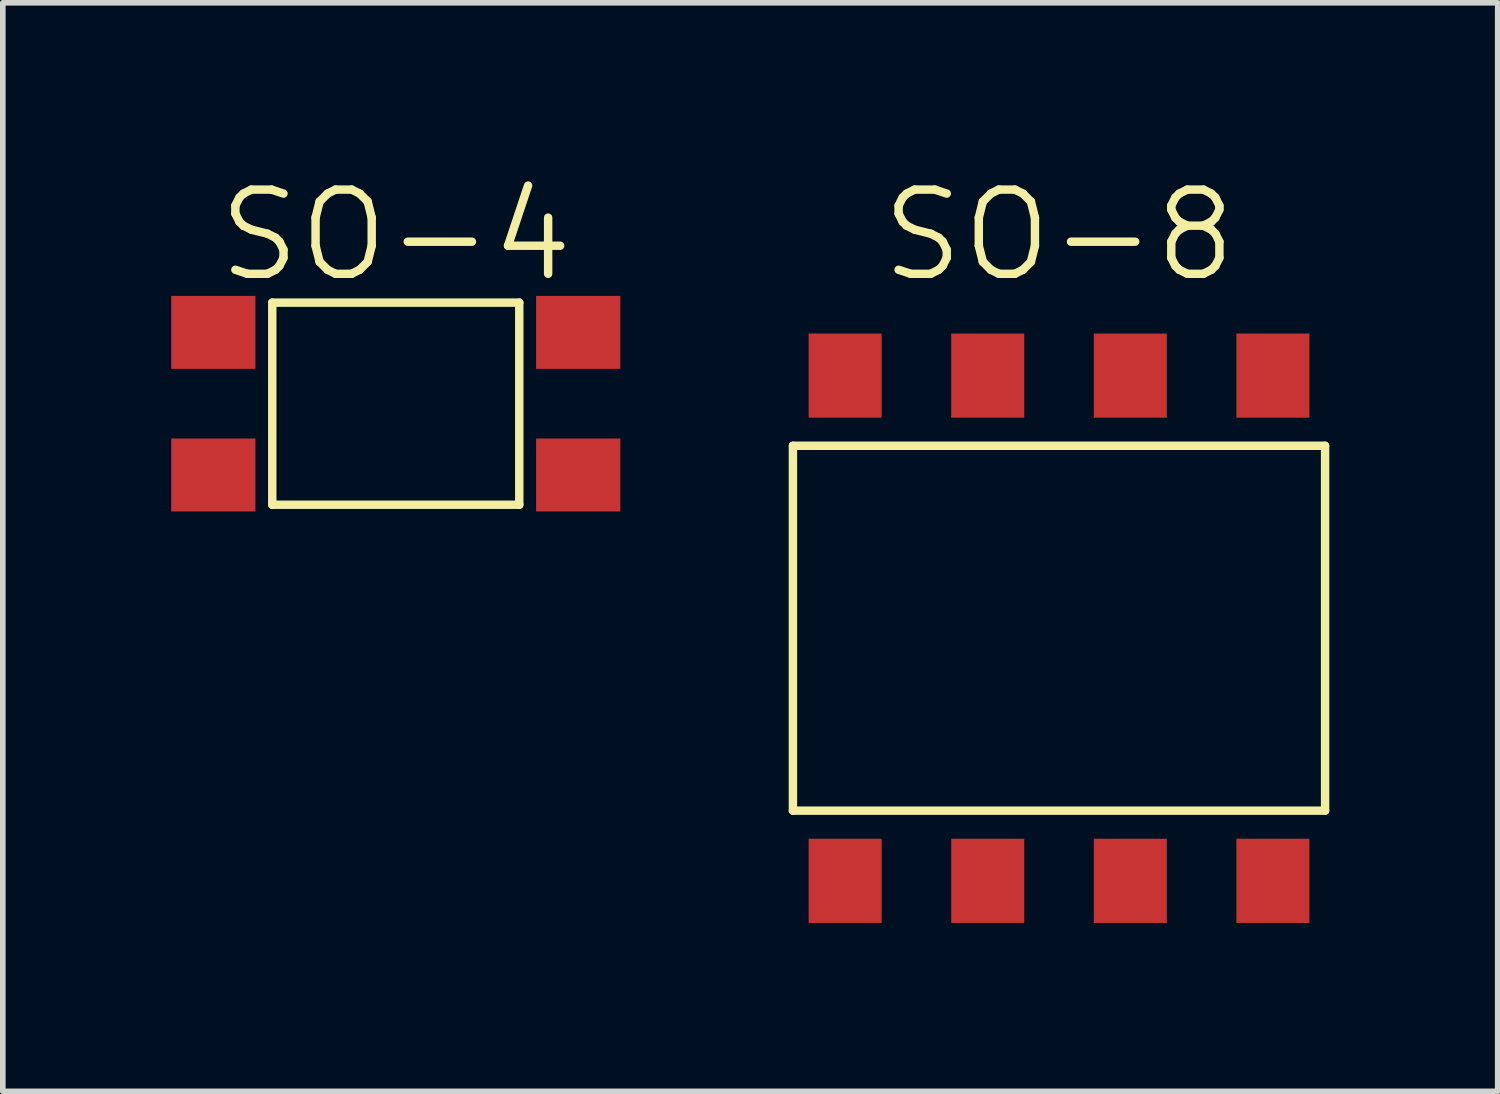
<source format=kicad_pcb>
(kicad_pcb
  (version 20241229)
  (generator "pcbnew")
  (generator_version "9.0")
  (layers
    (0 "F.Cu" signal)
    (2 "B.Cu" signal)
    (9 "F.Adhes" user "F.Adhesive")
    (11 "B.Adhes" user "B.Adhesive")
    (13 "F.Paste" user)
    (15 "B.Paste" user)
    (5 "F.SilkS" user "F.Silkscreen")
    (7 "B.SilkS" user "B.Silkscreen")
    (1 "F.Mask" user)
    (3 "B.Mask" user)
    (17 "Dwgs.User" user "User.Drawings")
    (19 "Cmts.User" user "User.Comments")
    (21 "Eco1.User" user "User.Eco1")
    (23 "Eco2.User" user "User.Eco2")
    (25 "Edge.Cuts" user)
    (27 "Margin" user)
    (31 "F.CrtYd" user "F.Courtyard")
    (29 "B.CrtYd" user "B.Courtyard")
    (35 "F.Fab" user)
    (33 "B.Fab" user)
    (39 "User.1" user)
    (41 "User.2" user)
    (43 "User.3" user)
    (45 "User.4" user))
  (footprint "SO-8"
    (layer "F.Cu")
    (at 15.815 8.141)
    (property "Reference" "SO-8" (at 0 -7 0) (layer "F.SilkS") (effects (font (size 1.5 1.5) (thickness 0.15))))
    (attr through_hole)
    (fp_line (start -4.74 3.25) (end -4.74 -3.25) (stroke (width 0.15) (type solid)) (layer "F.SilkS"))
    (fp_line (start 4.74 -3.25) (end -4.74 -3.25) (stroke (width 0.15) (type solid)) (layer "F.SilkS"))
    (fp_line (start 4.74 3.25) (end -4.74 3.25) (stroke (width 0.15) (type solid)) (layer "F.SilkS"))
    (fp_line (start 4.74 3.25) (end 4.74 -3.25) (stroke (width 0.15) (type solid)) (layer "F.SilkS"))
    (pad "1" smd rect (at -3.81 4.5) (size 1.3 1.5) (layers "F.Cu" "F.Mask" "F.Paste"))
    (pad "2" smd rect (at -1.27 4.5) (size 1.3 1.5) (layers "F.Cu" "F.Mask" "F.Paste"))
    (pad "3" smd rect (at 1.27 4.5) (size 1.3 1.5) (layers "F.Cu" "F.Mask" "F.Paste"))
    (pad "4" smd rect (at 3.81 4.5) (size 1.3 1.5) (layers "F.Cu" "F.Mask" "F.Paste"))
    (pad "5" smd rect (at 3.81 -4.5) (size 1.3 1.5) (layers "F.Cu" "F.Mask" "F.Paste"))
    (pad "6" smd rect (at 1.27 -4.5) (size 1.3 1.5) (layers "F.Cu" "F.Mask" "F.Paste"))
    (pad "7" smd rect (at -1.27 -4.5) (size 1.3 1.5) (layers "F.Cu" "F.Mask" "F.Paste"))
    (pad "8" smd rect (at -3.81 -4.5) (size 1.3 1.5) (layers "F.Cu" "F.Mask" "F.Paste")))
  (footprint "SO-4"
    (layer "F.Cu")
    (at 4 4.141)
    (property "Reference" "SO-4" (at 0 -3 0) (layer "F.SilkS") (effects (font (size 1.5 1.5) (thickness 0.15))))
    (attr through_hole)
    (fp_line (start -2.2 -1.8) (end 2.2 -1.8) (stroke (width 0.15) (type solid)) (layer "F.SilkS"))
    (fp_line (start -2.2 1.8) (end -2.2 -1.8) (stroke (width 0.15) (type solid)) (layer "F.SilkS"))
    (fp_line (start -2.2 1.8) (end 2.2 1.8) (stroke (width 0.15) (type solid)) (layer "F.SilkS"))
    (fp_line (start 2.2 -1.8) (end 2.2 1.8) (stroke (width 0.15) (type solid)) (layer "F.SilkS"))
    (pad "1" smd rect (at -3.25 -1.27) (size 1.5 1.3) (layers "F.Cu" "F.Mask" "F.Paste"))
    (pad "2" smd rect (at -3.25 1.27) (size 1.5 1.3) (layers "F.Cu" "F.Mask" "F.Paste"))
    (pad "3" smd rect (at 3.25 1.27) (size 1.5 1.3) (layers "F.Cu" "F.Mask" "F.Paste"))
    (pad "4" smd rect (at 3.25 -1.27) (size 1.5 1.3) (layers "F.Cu" "F.Mask" "F.Paste")))
  (gr_rect
    (start -3 -3)
    (end 23.63 16.391)
    (stroke (width 0.1) (type default))
    (fill no)
    (layer "Edge.Cuts")))
</source>
